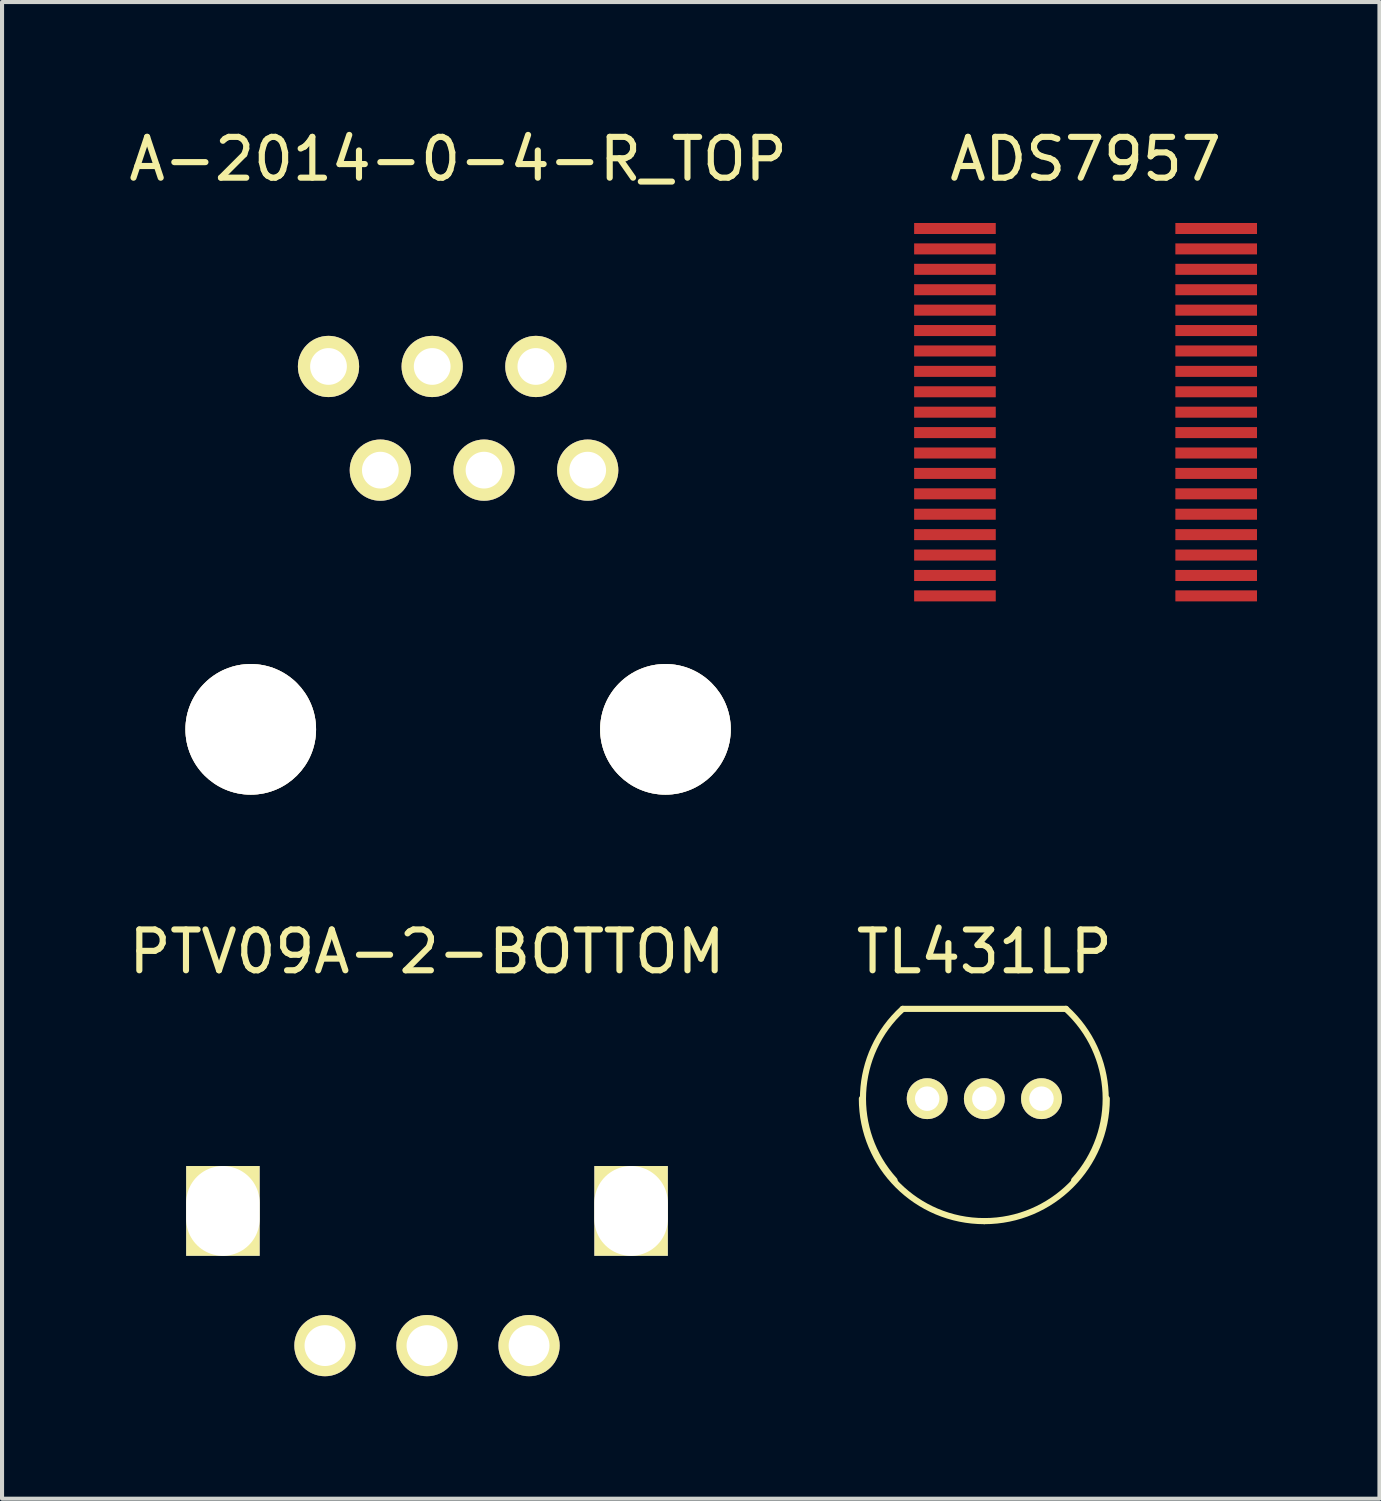
<source format=kicad_pcb>
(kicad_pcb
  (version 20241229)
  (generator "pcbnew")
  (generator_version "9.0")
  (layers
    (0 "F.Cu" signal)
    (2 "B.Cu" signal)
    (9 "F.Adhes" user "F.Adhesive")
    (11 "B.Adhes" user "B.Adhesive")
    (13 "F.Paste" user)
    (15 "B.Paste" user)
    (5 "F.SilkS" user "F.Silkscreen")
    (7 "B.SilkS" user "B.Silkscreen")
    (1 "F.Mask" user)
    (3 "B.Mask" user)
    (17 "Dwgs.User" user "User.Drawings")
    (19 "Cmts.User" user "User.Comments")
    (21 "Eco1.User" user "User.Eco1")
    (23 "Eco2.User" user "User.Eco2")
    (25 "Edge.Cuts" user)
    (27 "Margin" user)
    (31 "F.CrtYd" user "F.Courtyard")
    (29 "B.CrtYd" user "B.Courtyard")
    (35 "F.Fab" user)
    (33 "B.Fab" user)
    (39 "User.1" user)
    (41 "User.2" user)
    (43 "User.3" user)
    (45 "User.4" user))
  (footprint "TL431LP"
    (layer "F.Cu")
    (at 21.065 23.866)
    (property "Reference" "TL431LP" (at 0 -3.6 0) (layer "F.SilkS") (effects (font (size 1 1) (thickness 0.15))))
    (attr through_hole)
    (fp_line (start -2 -2.2) (end 2 -2.2) (stroke (width 0.15) (type solid)) (layer "F.SilkS"))
    (fp_arc (start -2.2 2) (mid -2.969848 -0.141421) (end -2 -2.2) (stroke (width 0.15) (type solid)) (layer "F.SilkS"))
    (fp_arc (start 0 3) (mid -2.12132 2.12132) (end -3 0) (stroke (width 0.15) (type solid)) (layer "F.SilkS"))
    (fp_arc (start 2 -2.2) (mid 2.969848 -0.141421) (end 2.2 2) (stroke (width 0.15) (type solid)) (layer "F.SilkS"))
    (fp_arc (start 3 0) (mid 2.12132 2.12132) (end 0 3) (stroke (width 0.15) (type solid)) (layer "F.SilkS"))
    (pad "1" thru_hole circle (at -1.4 0) (size 1 1) (drill 0.6) (layers "*.Cu" "*.Mask" "F.SilkS"))
    (pad "2" thru_hole circle (at 0 0) (size 1 1) (drill 0.6) (layers "*.Cu" "*.Mask" "F.SilkS"))
    (pad "3" thru_hole circle (at 1.4 0) (size 1 1) (drill 0.6) (layers "*.Cu" "*.Mask" "F.SilkS")))
  (footprint "ADS7957"
    (layer "F.Cu")
    (at 23.545 6.048)
    (property "Reference" "ADS7957" (at 0 -5.2 0) (layer "F.SilkS") (effects (font (size 1 1) (thickness 0.15))))
    (attr through_hole)
    (pad "1" smd rect (at -3.2 -3.5) (size 2 0.27) (layers "F.Cu" "F.Mask" "F.Paste"))
    (pad "2" smd rect (at -3.2 -3) (size 2 0.27) (layers "F.Cu" "F.Mask" "F.Paste"))
    (pad "3" smd rect (at -3.2 -2.5) (size 2 0.27) (layers "F.Cu" "F.Mask" "F.Paste"))
    (pad "4" smd rect (at -3.2 -2) (size 2 0.27) (layers "F.Cu" "F.Mask" "F.Paste"))
    (pad "5" smd rect (at -3.2 -1.5) (size 2 0.27) (layers "F.Cu" "F.Mask" "F.Paste"))
    (pad "6" smd rect (at -3.2 -1) (size 2 0.27) (layers "F.Cu" "F.Mask" "F.Paste"))
    (pad "7" smd rect (at -3.2 -0.5) (size 2 0.27) (layers "F.Cu" "F.Mask" "F.Paste"))
    (pad "8" smd rect (at -3.2 0) (size 2 0.27) (layers "F.Cu" "F.Mask" "F.Paste"))
    (pad "9" smd rect (at -3.2 0.5) (size 2 0.27) (layers "F.Cu" "F.Mask" "F.Paste"))
    (pad "10" smd rect (at -3.2 1) (size 2 0.27) (layers "F.Cu" "F.Mask" "F.Paste"))
    (pad "11" smd rect (at -3.2 1.5) (size 2 0.27) (layers "F.Cu" "F.Mask" "F.Paste"))
    (pad "12" smd rect (at -3.2 2) (size 2 0.27) (layers "F.Cu" "F.Mask" "F.Paste"))
    (pad "13" smd rect (at -3.2 2.5) (size 2 0.27) (layers "F.Cu" "F.Mask" "F.Paste"))
    (pad "14" smd rect (at -3.2 3) (size 2 0.27) (layers "F.Cu" "F.Mask" "F.Paste"))
    (pad "15" smd rect (at -3.2 3.5) (size 2 0.27) (layers "F.Cu" "F.Mask" "F.Paste"))
    (pad "16" smd rect (at -3.2 4) (size 2 0.27) (layers "F.Cu" "F.Mask" "F.Paste"))
    (pad "17" smd rect (at -3.2 4.5) (size 2 0.27) (layers "F.Cu" "F.Mask" "F.Paste"))
    (pad "18" smd rect (at -3.2 5) (size 2 0.27) (layers "F.Cu" "F.Mask" "F.Paste"))
    (pad "19" smd rect (at -3.2 5.5) (size 2 0.27) (layers "F.Cu" "F.Mask" "F.Paste"))
    (pad "20" smd rect (at 3.2 5.5) (size 2 0.27) (layers "F.Cu" "F.Mask" "F.Paste"))
    (pad "21" smd rect (at 3.2 5) (size 2 0.27) (layers "F.Cu" "F.Mask" "F.Paste"))
    (pad "22" smd rect (at 3.2 4.5) (size 2 0.27) (layers "F.Cu" "F.Mask" "F.Paste"))
    (pad "23" smd rect (at 3.2 4) (size 2 0.27) (layers "F.Cu" "F.Mask" "F.Paste"))
    (pad "24" smd rect (at 3.2 3.5) (size 2 0.27) (layers "F.Cu" "F.Mask" "F.Paste"))
    (pad "25" smd rect (at 3.2 3) (size 2 0.27) (layers "F.Cu" "F.Mask" "F.Paste"))
    (pad "26" smd rect (at 3.2 2.5) (size 2 0.27) (layers "F.Cu" "F.Mask" "F.Paste"))
    (pad "27" smd rect (at 3.2 2) (size 2 0.27) (layers "F.Cu" "F.Mask" "F.Paste"))
    (pad "28" smd rect (at 3.2 1.5) (size 2 0.27) (layers "F.Cu" "F.Mask" "F.Paste"))
    (pad "29" smd rect (at 3.2 1) (size 2 0.27) (layers "F.Cu" "F.Mask" "F.Paste"))
    (pad "30" smd rect (at 3.2 0.5) (size 2 0.27) (layers "F.Cu" "F.Mask" "F.Paste"))
    (pad "31" smd rect (at 3.2 0) (size 2 0.27) (layers "F.Cu" "F.Mask" "F.Paste"))
    (pad "32" smd rect (at 3.2 -0.5) (size 2 0.27) (layers "F.Cu" "F.Mask" "F.Paste"))
    (pad "33" smd rect (at 3.2 -1) (size 2 0.27) (layers "F.Cu" "F.Mask" "F.Paste"))
    (pad "34" smd rect (at 3.2 -1.5) (size 2 0.27) (layers "F.Cu" "F.Mask" "F.Paste"))
    (pad "35" smd rect (at 3.2 -2) (size 2 0.27) (layers "F.Cu" "F.Mask" "F.Paste"))
    (pad "36" smd rect (at 3.2 -2.5) (size 2 0.27) (layers "F.Cu" "F.Mask" "F.Paste"))
    (pad "37" smd rect (at 3.2 -3) (size 2 0.27) (layers "F.Cu" "F.Mask" "F.Paste"))
    (pad "38" smd rect (at 3.2 -3.5) (size 2 0.27) (layers "F.Cu" "F.Mask" "F.Paste")))
  (footprint "A-2014-0-4-R_TOP"
    (layer "F.Cu")
    (at 8.173 14.818)
    (property "Reference" "A-2014-0-4-R_TOP" (at 0 -13.97 0) (layer "F.SilkS") (effects (font (size 1 1) (thickness 0.15))))
    (attr through_hole)
    (pad "1" thru_hole circle (at -3.175 -8.89) (size 1.5 1.5) (drill 0.9) (layers "*.Cu" "*.Mask" "F.SilkS"))
    (pad "2" thru_hole circle (at -1.905 -6.35) (size 1.5 1.5) (drill 0.9) (layers "*.Cu" "*.Mask" "F.SilkS"))
    (pad "3" thru_hole circle (at -0.635 -8.89) (size 1.5 1.5) (drill 0.9) (layers "*.Cu" "*.Mask" "F.SilkS"))
    (pad "4" thru_hole circle (at 0.635 -6.35) (size 1.5 1.5) (drill 0.9) (layers "*.Cu" "*.Mask" "F.SilkS"))
    (pad "5" thru_hole circle (at 1.905 -8.89) (size 1.5 1.5) (drill 0.9) (layers "*.Cu" "*.Mask" "F.SilkS"))
    (pad "6" thru_hole circle (at 3.175 -6.35) (size 1.5 1.5) (drill 0.9) (layers "*.Cu" "*.Mask" "F.SilkS"))
    (pad "hole" thru_hole circle (at -5.08 0) (size 3.2 3.2) (drill 3.2) (layers "*.Cu" "*.Mask" "F.SilkS"))
    (pad "hole" thru_hole circle (at 5.08 0) (size 3.2 3.2) (drill 3.2) (layers "*.Cu" "*.Mask" "F.SilkS")))
  (footprint "PTV09A-2-BOTTOM"
    (layer "F.Cu")
    (at 7.411 26.616)
    (property "Reference" "PTV09A-2-BOTTOM" (at 0 -6.35 0) (layer "F.SilkS") (effects (font (size 1 1) (thickness 0.15))))
    (attr through_hole)
    (pad "" np_thru_hole rect (at -5 0) (size 1.8 2.2) (drill oval 1.8 2.2) (layers "*.Cu" "*.Mask" "F.SilkS"))
    (pad "" np_thru_hole rect (at 5 0) (size 1.8 2.2) (drill oval 1.8 2.2) (layers "*.Cu" "*.Mask" "F.SilkS"))
    (pad "1" thru_hole circle (at 2.5 3.3) (size 1.5 1.5) (drill 1) (layers "*.Cu" "*.Mask" "F.SilkS"))
    (pad "2" thru_hole circle (at 0 3.3) (size 1.5 1.5) (drill 1) (layers "*.Cu" "*.Mask" "F.SilkS"))
    (pad "3" thru_hole circle (at -2.5 3.3) (size 1.5 1.5) (drill 1) (layers "*.Cu" "*.Mask" "F.SilkS")))
  (gr_rect
    (start -3 -3)
    (end 30.745 33.666)
    (stroke (width 0.1) (type default))
    (fill no)
    (layer "Edge.Cuts")))
</source>
